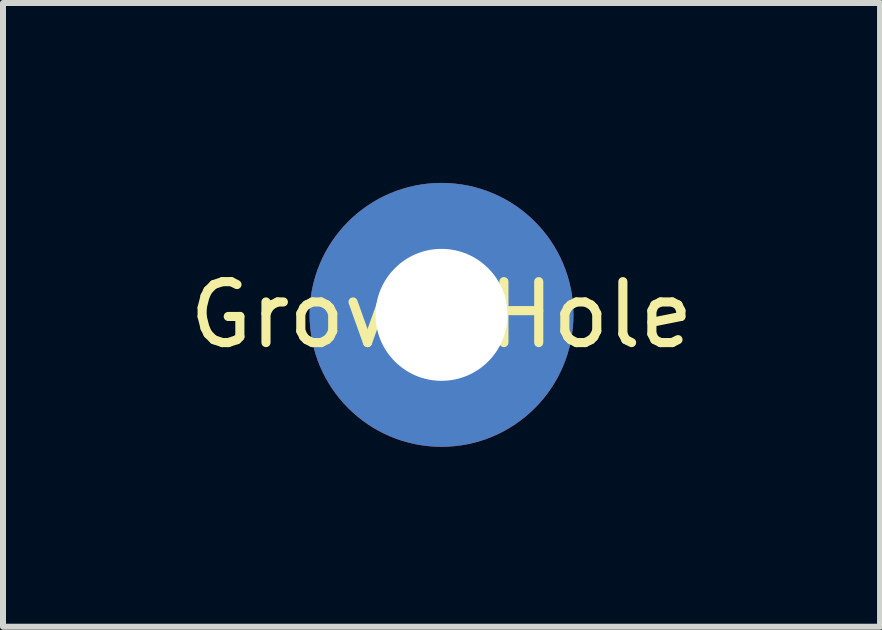
<source format=kicad_pcb>
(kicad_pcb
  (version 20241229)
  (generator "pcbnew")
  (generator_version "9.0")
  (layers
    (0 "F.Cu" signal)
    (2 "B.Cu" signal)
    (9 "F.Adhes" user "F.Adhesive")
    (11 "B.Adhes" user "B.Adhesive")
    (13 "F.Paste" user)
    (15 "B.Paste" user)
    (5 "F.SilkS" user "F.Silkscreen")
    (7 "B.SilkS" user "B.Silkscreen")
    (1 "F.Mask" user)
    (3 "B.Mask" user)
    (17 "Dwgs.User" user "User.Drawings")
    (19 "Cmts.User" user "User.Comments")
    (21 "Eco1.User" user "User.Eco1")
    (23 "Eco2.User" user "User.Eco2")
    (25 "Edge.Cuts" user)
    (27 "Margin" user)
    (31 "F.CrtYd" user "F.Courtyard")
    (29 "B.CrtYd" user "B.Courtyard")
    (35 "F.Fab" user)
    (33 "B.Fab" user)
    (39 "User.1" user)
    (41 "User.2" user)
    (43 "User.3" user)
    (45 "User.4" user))
  (footprint "Grove_Hole"
    (layer "F.Cu")
    (at 4.312 2.2)
    (property "Reference" "Grove_Hole" (at 0 0 0) (layer "F.SilkS") (effects (font (size 1.016 1.016) (thickness 0.152))))
    (attr through_hole)
    (pad "1" thru_hole circle (at 0 0) (size 4.4 4.4) (drill 2.2) (layers "*.Cu")))
  (gr_rect
    (start -3 -3)
    (end 11.624 7.4)
    (stroke (width 0.1) (type default))
    (fill no)
    (layer "Edge.Cuts")))
</source>
